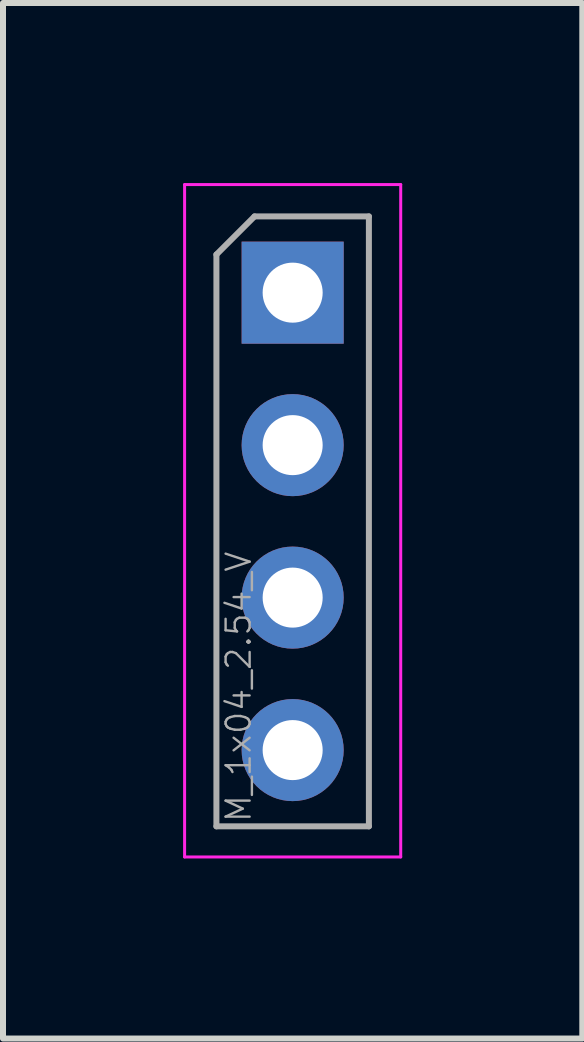
<source format=kicad_pcb>
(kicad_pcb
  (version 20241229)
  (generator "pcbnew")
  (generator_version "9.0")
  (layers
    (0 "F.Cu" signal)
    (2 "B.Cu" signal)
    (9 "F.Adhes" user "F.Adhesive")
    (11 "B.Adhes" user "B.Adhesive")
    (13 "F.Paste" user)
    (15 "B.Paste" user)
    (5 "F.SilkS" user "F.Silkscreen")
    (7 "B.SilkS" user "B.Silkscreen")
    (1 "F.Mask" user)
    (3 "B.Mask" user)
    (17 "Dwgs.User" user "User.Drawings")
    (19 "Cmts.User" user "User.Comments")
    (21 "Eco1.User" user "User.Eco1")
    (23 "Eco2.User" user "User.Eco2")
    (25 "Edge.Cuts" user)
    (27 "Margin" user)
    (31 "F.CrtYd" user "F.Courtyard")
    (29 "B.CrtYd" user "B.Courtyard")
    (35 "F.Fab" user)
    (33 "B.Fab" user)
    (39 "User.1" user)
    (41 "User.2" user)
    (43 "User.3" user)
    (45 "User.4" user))
  (footprint "M_1x04_2.54_V"
    (layer "F.Cu")
    (at 1.825 1.825)
    (property "Reference" "M_1x04_2.54_V" (at -0.9 8.85 90) (layer "F.Fab") (effects (font (size 0.4 0.4) (thickness 0.04)) (justify left)))
    (attr through_hole)
    (fp_line (start -1.8 -1.8) (end -1.8 9.4) (stroke (width 0.05) (type solid)) (layer "F.CrtYd"))
    (fp_line (start -1.8 9.4) (end 1.8 9.4) (stroke (width 0.05) (type solid)) (layer "F.CrtYd"))
    (fp_line (start 1.8 -1.8) (end -1.8 -1.8) (stroke (width 0.05) (type solid)) (layer "F.CrtYd"))
    (fp_line (start 1.8 9.4) (end 1.8 -1.8) (stroke (width 0.05) (type solid)) (layer "F.CrtYd"))
    (fp_line (start -1.27 -0.635) (end -0.635 -1.27) (stroke (width 0.1) (type solid)) (layer "F.Fab"))
    (fp_line (start -1.27 8.89) (end -1.27 -0.635) (stroke (width 0.1) (type solid)) (layer "F.Fab"))
    (fp_line (start -0.635 -1.27) (end 1.27 -1.27) (stroke (width 0.1) (type solid)) (layer "F.Fab"))
    (fp_line (start 1.27 -1.27) (end 1.27 8.89) (stroke (width 0.1) (type solid)) (layer "F.Fab"))
    (fp_line (start 1.27 8.89) (end -1.27 8.89) (stroke (width 0.1) (type solid)) (layer "F.Fab"))
    (pad "1" thru_hole rect (at 0 0) (size 1.7 1.7) (drill 1) (layers "*.Cu" "*.Mask"))
    (pad "2" thru_hole oval (at 0 2.54) (size 1.7 1.7) (drill 1) (layers "*.Cu" "*.Mask"))
    (pad "3" thru_hole oval (at 0 5.08) (size 1.7 1.7) (drill 1) (layers "*.Cu" "*.Mask"))
    (pad "4" thru_hole oval (at 0 7.62) (size 1.7 1.7) (drill 1) (layers "*.Cu" "*.Mask")))
  (gr_rect
    (start -3 -3)
    (end 6.65 14.25)
    (stroke (width 0.1) (type default))
    (fill no)
    (layer "Edge.Cuts")))
</source>
